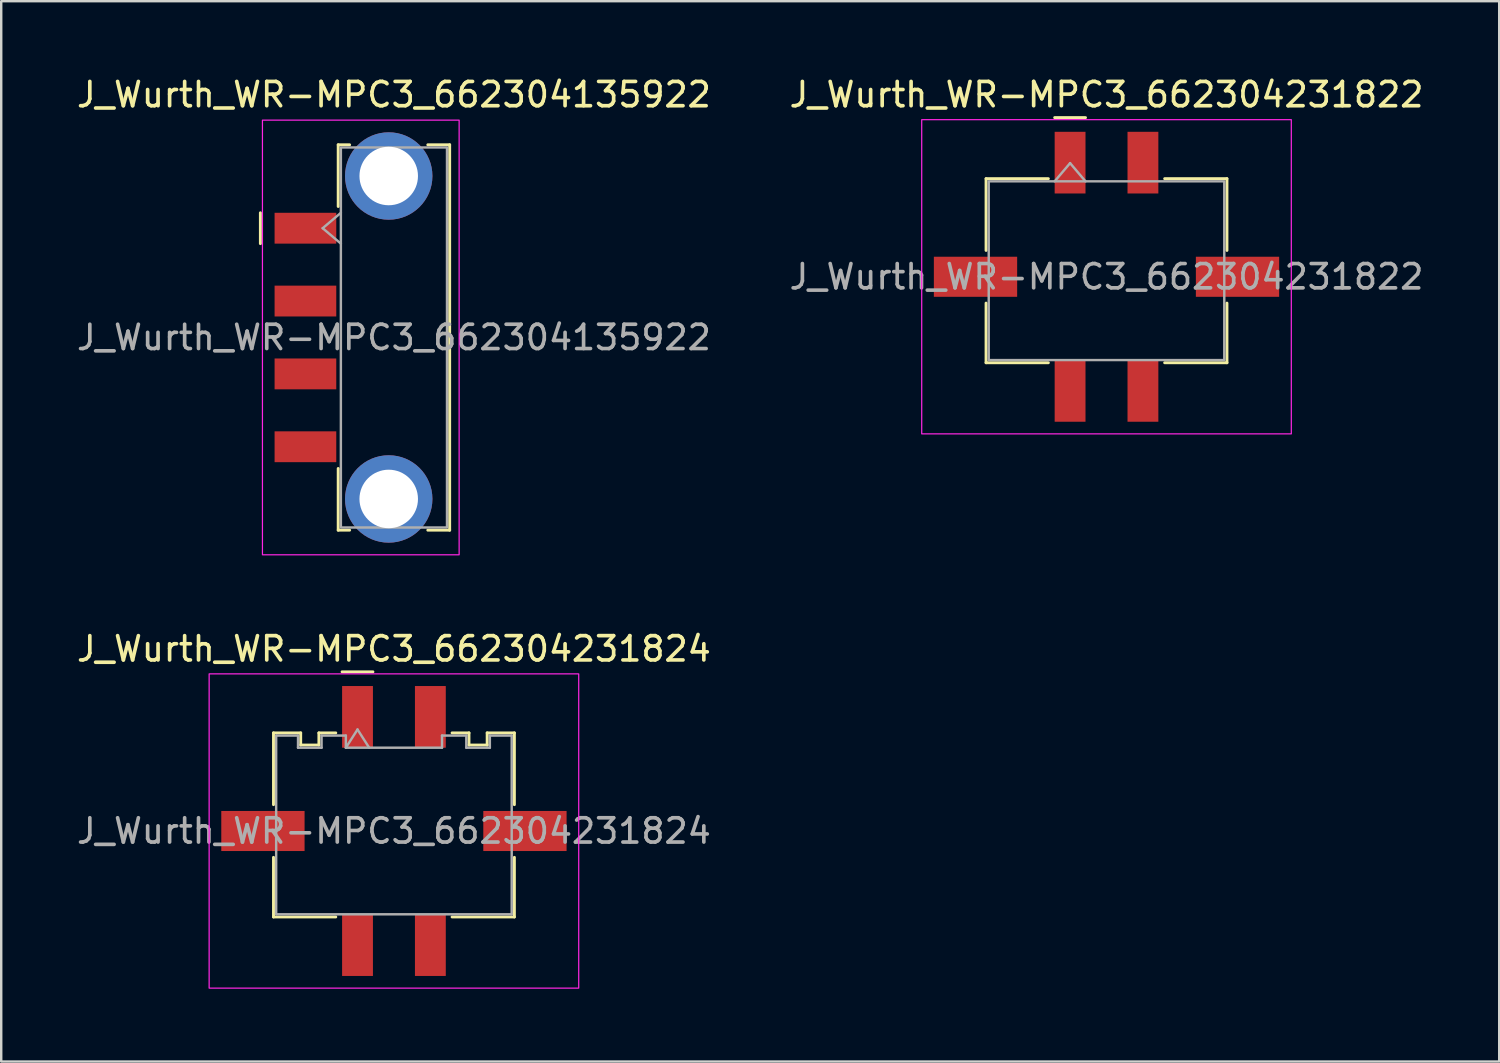
<source format=kicad_pcb>
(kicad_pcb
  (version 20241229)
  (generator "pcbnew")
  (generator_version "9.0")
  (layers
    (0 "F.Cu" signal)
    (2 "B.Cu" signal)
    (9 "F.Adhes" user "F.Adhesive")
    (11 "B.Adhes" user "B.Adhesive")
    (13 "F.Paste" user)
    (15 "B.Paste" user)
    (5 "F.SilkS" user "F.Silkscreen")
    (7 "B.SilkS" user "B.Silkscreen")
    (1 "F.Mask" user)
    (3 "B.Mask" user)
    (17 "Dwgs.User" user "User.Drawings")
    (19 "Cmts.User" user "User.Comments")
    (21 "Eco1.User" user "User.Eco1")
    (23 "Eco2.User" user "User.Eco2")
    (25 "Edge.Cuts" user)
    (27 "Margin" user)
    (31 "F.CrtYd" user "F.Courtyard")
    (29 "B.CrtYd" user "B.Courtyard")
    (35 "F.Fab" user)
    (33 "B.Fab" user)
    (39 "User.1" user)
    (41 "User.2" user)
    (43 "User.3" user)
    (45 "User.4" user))
  (footprint "J_Wurth_WR-MPC3_662304231824"
    (layer "F.Cu")
    (at 13.173 31.172)
    (property "Reference" "J_Wurth_WR-MPC3_662304231824" (at 0 -7.5 0) (unlocked yes) (layer "F.SilkS") (effects (font (size 1 1) (thickness 0.15))))
    (attr smd)
    (fp_line (start -4.96 -4.04) (end -4.96 -1.085) (stroke (width 0.12) (type solid)) (layer "F.SilkS"))
    (fp_line (start -4.96 3.54) (end -4.96 1.085) (stroke (width 0.12) (type solid)) (layer "F.SilkS"))
    (fp_line (start -3.84 -4.04) (end -4.96 -4.04) (stroke (width 0.12) (type default)) (layer "F.SilkS"))
    (fp_line (start -3.84 -3.54) (end -3.84 -4.04) (stroke (width 0.12) (type default)) (layer "F.SilkS"))
    (fp_line (start -3.09 -4.04) (end -3.09 -3.54) (stroke (width 0.12) (type default)) (layer "F.SilkS"))
    (fp_line (start -3.09 -4.04) (end -2.395 -4.04) (stroke (width 0.12) (type solid)) (layer "F.SilkS"))
    (fp_line (start -3.09 -3.54) (end -3.84 -3.54) (stroke (width 0.12) (type default)) (layer "F.SilkS"))
    (fp_line (start -2.395 3.54) (end -4.96 3.54) (stroke (width 0.12) (type solid)) (layer "F.SilkS"))
    (fp_line (start -2.135 -6.555) (end -0.865 -6.555) (stroke (width 0.12) (type solid)) (layer "F.SilkS"))
    (fp_line (start 2.395 -4.04) (end 3.09 -4.04) (stroke (width 0.12) (type solid)) (layer "F.SilkS"))
    (fp_line (start 3.09 -3.54) (end 3.09 -4.04) (stroke (width 0.12) (type default)) (layer "F.SilkS"))
    (fp_line (start 3.84 -4.04) (end 3.84 -3.54) (stroke (width 0.12) (type default)) (layer "F.SilkS"))
    (fp_line (start 3.84 -3.54) (end 3.09 -3.54) (stroke (width 0.12) (type default)) (layer "F.SilkS"))
    (fp_line (start 4.96 -4.04) (end 3.84 -4.04) (stroke (width 0.12) (type default)) (layer "F.SilkS"))
    (fp_line (start 4.96 -4.04) (end 4.96 -1.085) (stroke (width 0.12) (type solid)) (layer "F.SilkS"))
    (fp_line (start 4.96 3.54) (end 2.395 3.54) (stroke (width 0.12) (type solid)) (layer "F.SilkS"))
    (fp_line (start 4.96 3.54) (end 4.96 1.085) (stroke (width 0.12) (type solid)) (layer "F.SilkS"))
    (fp_rect (start -7.61 -6.47) (end 7.61 6.47) (stroke (width 0.05) (type solid)) (fill no) (layer "F.CrtYd"))
    (fp_line (start -4.85 -3.93) (end -3.95 -3.93) (stroke (width 0.1) (type solid)) (layer "F.Fab"))
    (fp_line (start -4.85 3.43) (end -4.85 -3.93) (stroke (width 0.1) (type default)) (layer "F.Fab"))
    (fp_line (start -3.95 -3.93) (end -3.95 -3.43) (stroke (width 0.1) (type solid)) (layer "F.Fab"))
    (fp_line (start -2.98 -3.93) (end -2.98 -3.43) (stroke (width 0.1) (type solid)) (layer "F.Fab"))
    (fp_line (start -2.98 -3.43) (end -3.95 -3.43) (stroke (width 0.1) (type solid)) (layer "F.Fab"))
    (fp_line (start -1.98 -3.93) (end -2.98 -3.93) (stroke (width 0.1) (type solid)) (layer "F.Fab"))
    (fp_line (start -1.98 -3.93) (end -1.98 -3.43) (stroke (width 0.1) (type solid)) (layer "F.Fab"))
    (fp_line (start -1.5 -4.18) (end -1.98 -3.43) (stroke (width 0.1) (type solid)) (layer "F.Fab"))
    (fp_line (start -1.5 -4.18) (end -1.02 -3.43) (stroke (width 0.1) (type solid)) (layer "F.Fab"))
    (fp_line (start 1.98 -3.93) (end 1.98 -3.43) (stroke (width 0.1) (type solid)) (layer "F.Fab"))
    (fp_line (start 1.98 -3.43) (end -1.98 -3.43) (stroke (width 0.1) (type default)) (layer "F.Fab"))
    (fp_line (start 2.98 -3.93) (end 1.98 -3.93) (stroke (width 0.1) (type solid)) (layer "F.Fab"))
    (fp_line (start 2.98 -3.93) (end 2.98 -3.43) (stroke (width 0.1) (type solid)) (layer "F.Fab"))
    (fp_line (start 3.95 -3.93) (end 3.95 -3.43) (stroke (width 0.1) (type solid)) (layer "F.Fab"))
    (fp_line (start 3.95 -3.93) (end 4.85 -3.93) (stroke (width 0.1) (type solid)) (layer "F.Fab"))
    (fp_line (start 3.95 -3.43) (end 2.98 -3.43) (stroke (width 0.1) (type solid)) (layer "F.Fab"))
    (fp_line (start 4.85 -3.93) (end 4.85 3.43) (stroke (width 0.1) (type default)) (layer "F.Fab"))
    (fp_line (start 4.85 3.43) (end -4.85 3.43) (stroke (width 0.1) (type default)) (layer "F.Fab"))
    (fp_text user "${REFERENCE}" (at 0 0 0) (unlocked yes) (layer "F.Fab") (effects (font (size 1 1) (thickness 0.15))))
    (pad "1" smd rect (at -1.5 -4.7 180) (size 1.27 2.54) (layers "F.Cu" "F.Mask" "F.Paste"))
    (pad "2" smd rect (at 1.5 -4.7 180) (size 1.27 2.54) (layers "F.Cu" "F.Mask" "F.Paste"))
    (pad "3" smd rect (at -1.5 4.7 180) (size 1.27 2.54) (layers "F.Cu" "F.Mask" "F.Paste"))
    (pad "4" smd rect (at 1.5 4.7 180) (size 1.27 2.54) (layers "F.Cu" "F.Mask" "F.Paste"))
    (pad "MP1" smd rect (at 5.395 0 180) (size 3.43 1.65) (layers "F.Cu" "F.Mask" "F.Paste"))
    (pad "MP2" smd rect (at -5.395 0 180) (size 3.43 1.65) (layers "F.Cu" "F.Mask" "F.Paste")))
  (footprint "J_Wurth_WR-MPC3_662304231822"
    (layer "F.Cu")
    (at 42.518 8.348)
    (property "Reference" "J_Wurth_WR-MPC3_662304231822" (at 0 -7.5 0) (unlocked yes) (layer "F.SilkS") (effects (font (size 1 1) (thickness 0.15))))
    (attr smd)
    (fp_line (start -4.96 -4.04) (end -2.395 -4.04) (stroke (width 0.12) (type solid)) (layer "F.SilkS"))
    (fp_line (start -4.96 -1.085) (end -4.96 -4.04) (stroke (width 0.12) (type solid)) (layer "F.SilkS"))
    (fp_line (start -4.96 3.54) (end -4.96 1.085) (stroke (width 0.12) (type solid)) (layer "F.SilkS"))
    (fp_line (start -4.96 3.54) (end -2.395 3.54) (stroke (width 0.12) (type solid)) (layer "F.SilkS"))
    (fp_line (start -2.135 -6.555) (end -0.865 -6.555) (stroke (width 0.12) (type solid)) (layer "F.SilkS"))
    (fp_line (start 2.395 -4.04) (end 4.96 -4.04) (stroke (width 0.12) (type solid)) (layer "F.SilkS"))
    (fp_line (start 2.395 3.54) (end 4.96 3.54) (stroke (width 0.12) (type solid)) (layer "F.SilkS"))
    (fp_line (start 4.96 -1.085) (end 4.96 -4.04) (stroke (width 0.12) (type solid)) (layer "F.SilkS"))
    (fp_line (start 4.96 3.54) (end 4.96 1.085) (stroke (width 0.12) (type solid)) (layer "F.SilkS"))
    (fp_rect (start -7.61 -6.47) (end 7.61 6.47) (stroke (width 0.05) (type solid)) (fill no) (layer "F.CrtYd"))
    (fp_line (start -1.5 -4.68) (end -2.135 -3.93) (stroke (width 0.1) (type solid)) (layer "F.Fab"))
    (fp_line (start -1.5 -4.68) (end -0.865 -3.93) (stroke (width 0.1) (type solid)) (layer "F.Fab"))
    (fp_rect (start -4.85 -3.93) (end 4.85 3.43) (stroke (width 0.1) (type solid)) (fill no) (layer "F.Fab"))
    (fp_text user "${REFERENCE}" (at 0 0 0) (unlocked yes) (layer "F.Fab") (effects (font (size 1 1) (thickness 0.15))))
    (pad "1" smd rect (at -1.5 -4.7 180) (size 1.27 2.54) (layers "F.Cu" "F.Mask" "F.Paste"))
    (pad "2" smd rect (at 1.5 -4.7 180) (size 1.27 2.54) (layers "F.Cu" "F.Mask" "F.Paste"))
    (pad "3" smd rect (at -1.5 4.7 180) (size 1.27 2.54) (layers "F.Cu" "F.Mask" "F.Paste"))
    (pad "4" smd rect (at 1.5 4.7 180) (size 1.27 2.54) (layers "F.Cu" "F.Mask" "F.Paste"))
    (pad "MP1" smd rect (at 5.395 0 180) (size 3.43 1.65) (layers "F.Cu" "F.Mask" "F.Paste"))
    (pad "MP2" smd rect (at -5.395 0 180) (size 3.43 1.65) (layers "F.Cu" "F.Mask" "F.Paste")))
  (footprint "J_Wurth_WR-MPC3_662304135922"
    (layer "F.Cu")
    (at 13.173 10.848)
    (property "Reference" "J_Wurth_WR-MPC3_662304135922" (at 0 -10 0) (unlocked yes) (layer "F.SilkS") (effects (font (size 1 1) (thickness 0.15))))
    (attr smd)
    (fp_line (start -5.5 -3.865) (end -5.5 -5.135) (stroke (width 0.12) (type solid)) (layer "F.SilkS"))
    (fp_line (start -2.295 -7.935) (end -1.825 -7.935) (stroke (width 0.12) (type default)) (layer "F.SilkS"))
    (fp_line (start -2.295 -5.395) (end -2.295 -7.935) (stroke (width 0.12) (type default)) (layer "F.SilkS"))
    (fp_line (start -2.295 7.935) (end -2.295 5.395) (stroke (width 0.12) (type default)) (layer "F.SilkS"))
    (fp_line (start -2.295 7.935) (end -1.825 7.935) (stroke (width 0.12) (type default)) (layer "F.SilkS"))
    (fp_line (start 2.295 -7.935) (end 1.395 -7.935) (stroke (width 0.12) (type default)) (layer "F.SilkS"))
    (fp_line (start 2.295 -7.935) (end 2.295 7.935) (stroke (width 0.12) (type default)) (layer "F.SilkS"))
    (fp_line (start 2.295 7.935) (end 1.395 7.935) (stroke (width 0.12) (type default)) (layer "F.SilkS"))
    (fp_rect (start -5.415 -8.95) (end 2.685 8.95) (stroke (width 0.05) (type solid)) (fill no) (layer "F.CrtYd"))
    (fp_line (start -2.935 -4.5) (end -2.185 -5.135) (stroke (width 0.1) (type solid)) (layer "F.Fab"))
    (fp_line (start -2.935 -4.5) (end -2.185 -3.865) (stroke (width 0.1) (type solid)) (layer "F.Fab"))
    (fp_rect (start -2.185 -7.825) (end 2.185 7.825) (stroke (width 0.1) (type solid)) (fill no) (layer "F.Fab"))
    (fp_text user "${REFERENCE}" (at 0 0 0) (unlocked yes) (layer "F.Fab") (effects (font (size 1 1) (thickness 0.15))))
    (pad "1" smd rect (at -3.645 -4.5 90) (size 1.27 2.54) (layers "F.Cu" "F.Mask" "F.Paste"))
    (pad "2" smd rect (at -3.645 -1.5 90) (size 1.27 2.54) (layers "F.Cu" "F.Mask" "F.Paste"))
    (pad "3" smd rect (at -3.645 1.5 90) (size 1.27 2.54) (layers "F.Cu" "F.Mask" "F.Paste"))
    (pad "4" smd rect (at -3.645 4.5 90) (size 1.27 2.54) (layers "F.Cu" "F.Mask" "F.Paste"))
    (pad "MH1" thru_hole circle (at -0.215 6.65 90) (size 3.6 3.6) (drill 2.41) (layers "*.Cu" "*.Mask"))
    (pad "MH2" thru_hole circle (at -0.215 -6.65 90) (size 3.6 3.6) (drill 2.41) (layers "*.Cu" "*.Mask")))
  (gr_rect
    (start -3 -3)
    (end 58.69 40.666)
    (stroke (width 0.1) (type default))
    (fill no)
    (layer "Edge.Cuts")))
</source>
